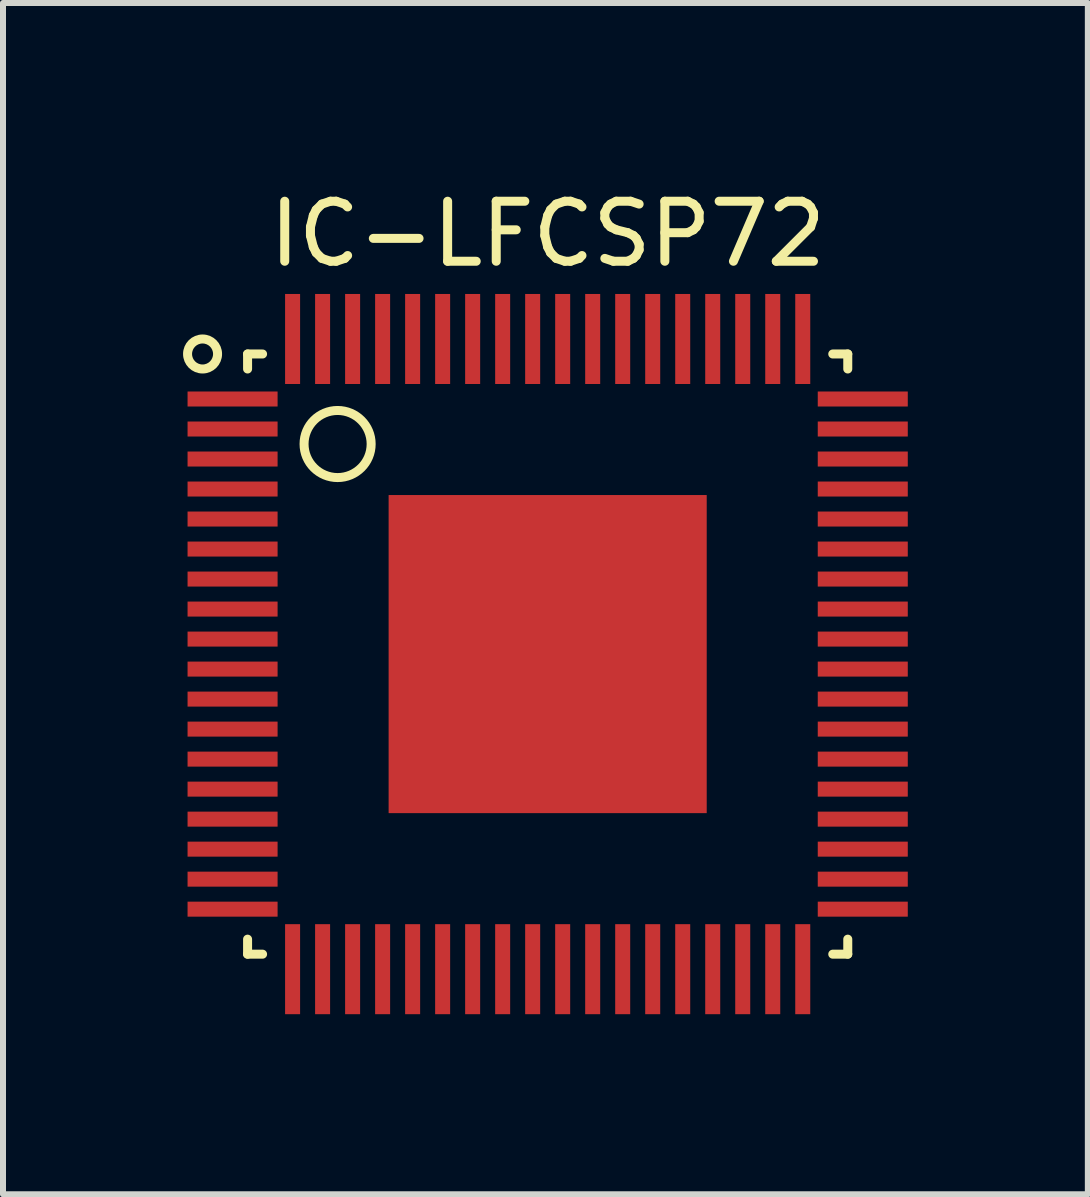
<source format=kicad_pcb>
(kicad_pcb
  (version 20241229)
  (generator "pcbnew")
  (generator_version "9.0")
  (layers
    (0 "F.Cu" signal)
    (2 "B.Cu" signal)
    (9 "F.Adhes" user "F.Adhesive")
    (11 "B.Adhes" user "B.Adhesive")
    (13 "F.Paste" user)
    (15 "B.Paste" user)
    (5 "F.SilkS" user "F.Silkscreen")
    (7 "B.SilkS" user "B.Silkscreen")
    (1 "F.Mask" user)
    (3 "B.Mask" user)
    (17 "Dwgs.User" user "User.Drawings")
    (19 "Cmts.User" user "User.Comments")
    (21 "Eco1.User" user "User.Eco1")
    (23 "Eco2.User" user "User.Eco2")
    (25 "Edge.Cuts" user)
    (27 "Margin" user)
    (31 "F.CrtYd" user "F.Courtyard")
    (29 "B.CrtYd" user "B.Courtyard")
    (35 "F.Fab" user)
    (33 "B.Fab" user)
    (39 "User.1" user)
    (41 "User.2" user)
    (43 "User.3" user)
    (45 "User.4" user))
  (footprint "IC-LFCSP72"
    (layer "F.Cu")
    (at 6.075 7.848)
    (property "Reference" "IC-LFCSP72" (at 0 -7 0) (layer "F.SilkS") (effects (font (size 1 1) (thickness 0.15))))
    (attr smd)
    (fp_line (start -5 -5) (end -5 -4.75) (stroke (width 0.15) (type solid)) (layer "F.SilkS"))
    (fp_line (start -5 -5) (end -4.75 -5) (stroke (width 0.15) (type solid)) (layer "F.SilkS"))
    (fp_line (start -5 4.75) (end -5 5) (stroke (width 0.15) (type solid)) (layer "F.SilkS"))
    (fp_line (start -4.75 5) (end -5 5) (stroke (width 0.15) (type solid)) (layer "F.SilkS"))
    (fp_line (start 4.75 -5) (end 5 -5) (stroke (width 0.15) (type solid)) (layer "F.SilkS"))
    (fp_line (start 5 -5) (end 5 -4.75) (stroke (width 0.15) (type solid)) (layer "F.SilkS"))
    (fp_line (start 5 4.75) (end 5 5) (stroke (width 0.15) (type solid)) (layer "F.SilkS"))
    (fp_line (start 5 5) (end 4.75 5) (stroke (width 0.15) (type solid)) (layer "F.SilkS"))
    (fp_circle (center -5.75 -5) (end -5.75 -4.75) (stroke (width 0.15) (type solid)) (fill no) (layer "F.SilkS"))
    (fp_circle (center -3.5 -3.5) (end -3 -3.25) (stroke (width 0.15) (type solid)) (fill no) (layer "F.SilkS"))
    (pad "1" smd rect (at -5.25 -4.25) (size 1.5 0.25) (layers "F.Cu" "F.Mask" "F.Paste"))
    (pad "2" smd rect (at -5.25 -3.75) (size 1.5 0.25) (layers "F.Cu" "F.Mask" "F.Paste"))
    (pad "3" smd rect (at -5.25 -3.25) (size 1.5 0.25) (layers "F.Cu" "F.Mask" "F.Paste"))
    (pad "4" smd rect (at -5.25 -2.75) (size 1.5 0.25) (layers "F.Cu" "F.Mask" "F.Paste"))
    (pad "5" smd rect (at -5.25 -2.25) (size 1.5 0.25) (layers "F.Cu" "F.Mask" "F.Paste"))
    (pad "6" smd rect (at -5.25 -1.75) (size 1.5 0.25) (layers "F.Cu" "F.Mask" "F.Paste"))
    (pad "7" smd rect (at -5.25 -1.25) (size 1.5 0.25) (layers "F.Cu" "F.Mask" "F.Paste"))
    (pad "8" smd rect (at -5.25 -0.75) (size 1.5 0.25) (layers "F.Cu" "F.Mask" "F.Paste"))
    (pad "9" smd rect (at -5.25 -0.25) (size 1.5 0.25) (layers "F.Cu" "F.Mask" "F.Paste"))
    (pad "10" smd rect (at -5.25 0.25) (size 1.5 0.25) (layers "F.Cu" "F.Mask" "F.Paste"))
    (pad "11" smd rect (at -5.25 0.75) (size 1.5 0.25) (layers "F.Cu" "F.Mask" "F.Paste"))
    (pad "12" smd rect (at -5.25 1.25) (size 1.5 0.25) (layers "F.Cu" "F.Mask" "F.Paste"))
    (pad "13" smd rect (at -5.25 1.75) (size 1.5 0.25) (layers "F.Cu" "F.Mask" "F.Paste"))
    (pad "14" smd rect (at -5.25 2.25) (size 1.5 0.25) (layers "F.Cu" "F.Mask" "F.Paste"))
    (pad "15" smd rect (at -5.25 2.75) (size 1.5 0.25) (layers "F.Cu" "F.Mask" "F.Paste"))
    (pad "16" smd rect (at -5.25 3.25) (size 1.5 0.25) (layers "F.Cu" "F.Mask" "F.Paste"))
    (pad "17" smd rect (at -5.25 3.75) (size 1.5 0.25) (layers "F.Cu" "F.Mask" "F.Paste"))
    (pad "18" smd rect (at -5.25 4.25) (size 1.5 0.25) (layers "F.Cu" "F.Mask" "F.Paste"))
    (pad "19" smd rect (at -4.25 5.25) (size 0.25 1.5) (layers "F.Cu" "F.Mask" "F.Paste"))
    (pad "20" smd rect (at -3.75 5.25) (size 0.25 1.5) (layers "F.Cu" "F.Mask" "F.Paste"))
    (pad "21" smd rect (at -3.25 5.25) (size 0.25 1.5) (layers "F.Cu" "F.Mask" "F.Paste"))
    (pad "22" smd rect (at -2.75 5.25) (size 0.25 1.5) (layers "F.Cu" "F.Mask" "F.Paste"))
    (pad "23" smd rect (at -2.25 5.25) (size 0.25 1.5) (layers "F.Cu" "F.Mask" "F.Paste"))
    (pad "24" smd rect (at -1.75 5.25) (size 0.25 1.5) (layers "F.Cu" "F.Mask" "F.Paste"))
    (pad "25" smd rect (at -1.25 5.25) (size 0.25 1.5) (layers "F.Cu" "F.Mask" "F.Paste"))
    (pad "26" smd rect (at -0.75 5.25) (size 0.25 1.5) (layers "F.Cu" "F.Mask" "F.Paste"))
    (pad "27" smd rect (at -0.25 5.25) (size 0.25 1.5) (layers "F.Cu" "F.Mask" "F.Paste"))
    (pad "28" smd rect (at 0.25 5.25) (size 0.25 1.5) (layers "F.Cu" "F.Mask" "F.Paste"))
    (pad "29" smd rect (at 0.75 5.25) (size 0.25 1.5) (layers "F.Cu" "F.Mask" "F.Paste"))
    (pad "30" smd rect (at 1.25 5.25) (size 0.25 1.5) (layers "F.Cu" "F.Mask" "F.Paste"))
    (pad "31" smd rect (at 1.75 5.25) (size 0.25 1.5) (layers "F.Cu" "F.Mask" "F.Paste"))
    (pad "32" smd rect (at 2.25 5.25) (size 0.25 1.5) (layers "F.Cu" "F.Mask" "F.Paste"))
    (pad "33" smd rect (at 2.75 5.25) (size 0.25 1.5) (layers "F.Cu" "F.Mask" "F.Paste"))
    (pad "34" smd rect (at 3.25 5.25) (size 0.25 1.5) (layers "F.Cu" "F.Mask" "F.Paste"))
    (pad "35" smd rect (at 3.75 5.25) (size 0.25 1.5) (layers "F.Cu" "F.Mask" "F.Paste"))
    (pad "36" smd rect (at 4.25 5.25) (size 0.25 1.5) (layers "F.Cu" "F.Mask" "F.Paste"))
    (pad "37" smd rect (at 5.25 4.25) (size 1.5 0.25) (layers "F.Cu" "F.Mask" "F.Paste"))
    (pad "38" smd rect (at 5.25 3.75) (size 1.5 0.25) (layers "F.Cu" "F.Mask" "F.Paste"))
    (pad "39" smd rect (at 5.25 3.25) (size 1.5 0.25) (layers "F.Cu" "F.Mask" "F.Paste"))
    (pad "40" smd rect (at 5.25 2.75) (size 1.5 0.25) (layers "F.Cu" "F.Mask" "F.Paste"))
    (pad "41" smd rect (at 5.25 2.25) (size 1.5 0.25) (layers "F.Cu" "F.Mask" "F.Paste"))
    (pad "42" smd rect (at 5.25 1.75) (size 1.5 0.25) (layers "F.Cu" "F.Mask" "F.Paste"))
    (pad "43" smd rect (at 5.25 1.25) (size 1.5 0.25) (layers "F.Cu" "F.Mask" "F.Paste"))
    (pad "44" smd rect (at 5.25 0.75) (size 1.5 0.25) (layers "F.Cu" "F.Mask" "F.Paste"))
    (pad "45" smd rect (at 5.25 0.25) (size 1.5 0.25) (layers "F.Cu" "F.Mask" "F.Paste"))
    (pad "46" smd rect (at 5.25 -0.25) (size 1.5 0.25) (layers "F.Cu" "F.Mask" "F.Paste"))
    (pad "47" smd rect (at 5.25 -0.75) (size 1.5 0.25) (layers "F.Cu" "F.Mask" "F.Paste"))
    (pad "48" smd rect (at 5.25 -1.25) (size 1.5 0.25) (layers "F.Cu" "F.Mask" "F.Paste"))
    (pad "49" smd rect (at 5.25 -1.75) (size 1.5 0.25) (layers "F.Cu" "F.Mask" "F.Paste"))
    (pad "50" smd rect (at 5.25 -2.25) (size 1.5 0.25) (layers "F.Cu" "F.Mask" "F.Paste"))
    (pad "51" smd rect (at 5.25 -2.75) (size 1.5 0.25) (layers "F.Cu" "F.Mask" "F.Paste"))
    (pad "52" smd rect (at 5.25 -3.25) (size 1.5 0.25) (layers "F.Cu" "F.Mask" "F.Paste"))
    (pad "53" smd rect (at 5.25 -3.75) (size 1.5 0.25) (layers "F.Cu" "F.Mask" "F.Paste"))
    (pad "54" smd rect (at 5.25 -4.25) (size 1.5 0.25) (layers "F.Cu" "F.Mask" "F.Paste"))
    (pad "55" smd rect (at 4.25 -5.25) (size 0.25 1.5) (layers "F.Cu" "F.Mask" "F.Paste"))
    (pad "56" smd rect (at 3.75 -5.25) (size 0.25 1.5) (layers "F.Cu" "F.Mask" "F.Paste"))
    (pad "57" smd rect (at 3.25 -5.25) (size 0.25 1.5) (layers "F.Cu" "F.Mask" "F.Paste"))
    (pad "58" smd rect (at 2.75 -5.25) (size 0.25 1.5) (layers "F.Cu" "F.Mask" "F.Paste"))
    (pad "59" smd rect (at 2.25 -5.25) (size 0.25 1.5) (layers "F.Cu" "F.Mask" "F.Paste"))
    (pad "60" smd rect (at 1.75 -5.25) (size 0.25 1.5) (layers "F.Cu" "F.Mask" "F.Paste"))
    (pad "61" smd rect (at 1.25 -5.25) (size 0.25 1.5) (layers "F.Cu" "F.Mask" "F.Paste"))
    (pad "62" smd rect (at 0.75 -5.25) (size 0.25 1.5) (layers "F.Cu" "F.Mask" "F.Paste"))
    (pad "63" smd rect (at 0.25 -5.25) (size 0.25 1.5) (layers "F.Cu" "F.Mask" "F.Paste"))
    (pad "64" smd rect (at -0.25 -5.25) (size 0.25 1.5) (layers "F.Cu" "F.Mask" "F.Paste"))
    (pad "65" smd rect (at -0.75 -5.25) (size 0.25 1.5) (layers "F.Cu" "F.Mask" "F.Paste"))
    (pad "66" smd rect (at -1.25 -5.25) (size 0.25 1.5) (layers "F.Cu" "F.Mask" "F.Paste"))
    (pad "67" smd rect (at -1.75 -5.25) (size 0.25 1.5) (layers "F.Cu" "F.Mask" "F.Paste"))
    (pad "68" smd rect (at -2.25 -5.25) (size 0.25 1.5) (layers "F.Cu" "F.Mask" "F.Paste"))
    (pad "69" smd rect (at -2.75 -5.25) (size 0.25 1.5) (layers "F.Cu" "F.Mask" "F.Paste"))
    (pad "70" smd rect (at -3.25 -5.25) (size 0.25 1.5) (layers "F.Cu" "F.Mask" "F.Paste"))
    (pad "71" smd rect (at -3.75 -5.25) (size 0.25 1.5) (layers "F.Cu" "F.Mask" "F.Paste"))
    (pad "72" smd rect (at -4.25 -5.25) (size 0.25 1.5) (layers "F.Cu" "F.Mask" "F.Paste"))
    (pad "EP1" smd rect (at 0 0) (size 5.3 5.3) (layers "F.Cu" "F.Mask" "F.Paste")))
  (gr_rect
    (start -3 -3)
    (end 15.075 16.848)
    (stroke (width 0.1) (type default))
    (fill no)
    (layer "Edge.Cuts")))
</source>
